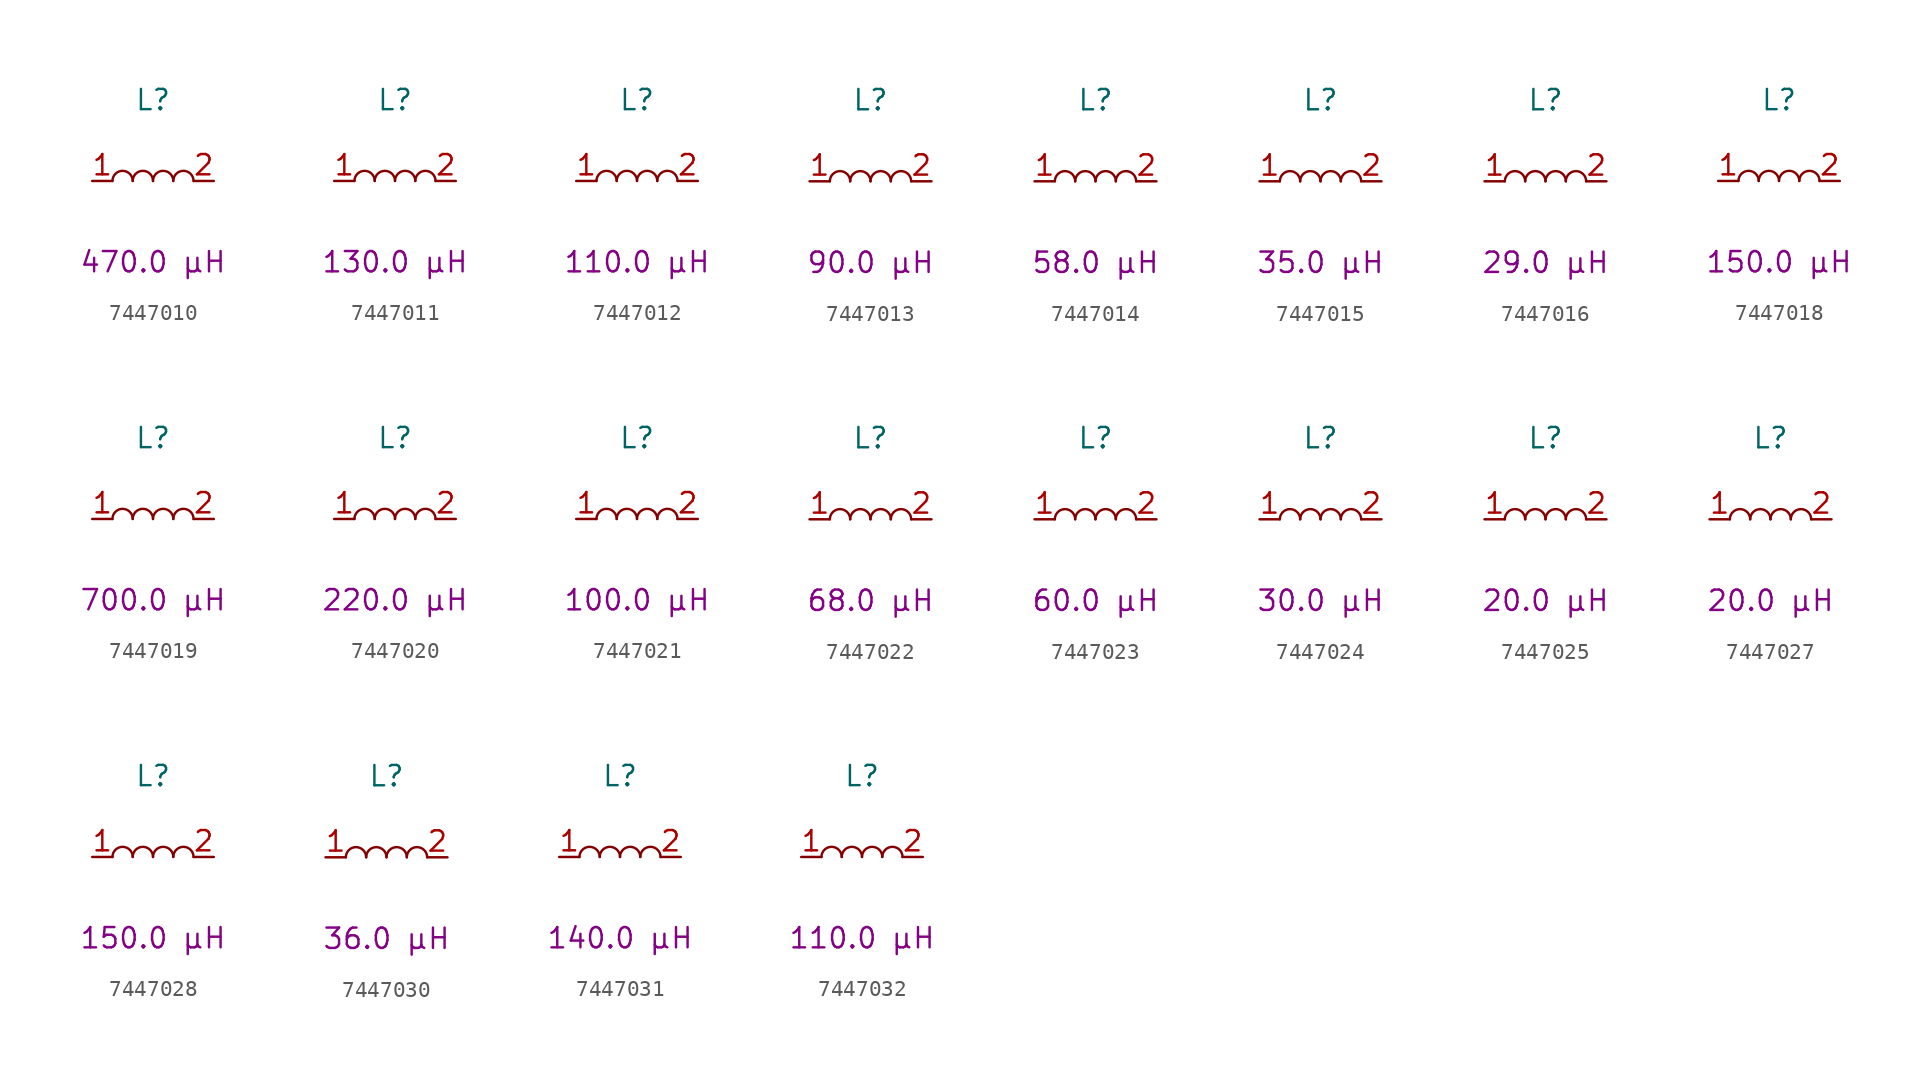
<source format=kicad_sym>
(kicad_symbol_lib
  (version 20220914)
  (generator kicad_symbol_editor)
  (symbol "7447010"
    (pin_names hide)
    (property "Reference" "L"
      (at 0 5.08 0)
      (effects (font (size 1.27 1.27))))
    (property "Critical Parameter" "470.0 µH"
      (at 0 -5.08 0)
      (effects (font (size 1.27 1.27))))
    (symbol "7447010_0_1"
      (arc (start -1.27 0) (mid -1.905 0.6323) (end -2.54 0) (stroke (width 0) (type default)) (fill (type none)))
      (arc (start 0 0) (mid -0.635 0.6323) (end -1.27 0) (stroke (width 0) (type default)) (fill (type none)))
      (arc (start 1.27 0) (mid 0.635 0.6323) (end 0 0) (stroke (width 0) (type default)) (fill (type none)))
      (arc (start 2.54 0) (mid 1.905 0.6323) (end 1.27 0) (stroke (width 0) (type default)) (fill (type none))))
    (symbol "7447010_1_1"
      (pin passive line (at -3.81 0 0) (length 1.27) (name "1" (effects (font (size 1.27 1.27)))) (number "1" (effects (font (size 1.27 1.27)))))
      (pin passive line (at 3.81 0 180) (length 1.27) (name "2" (effects (font (size 1.27 1.27)))) (number "2" (effects (font (size 1.27 1.27)))))))
  (symbol "7447011"
    (pin_names hide)
    (property "Reference" "L"
      (at 0 5.08 0)
      (effects (font (size 1.27 1.27))))
    (property "Critical Parameter" "130.0 µH"
      (at 0 -5.08 0)
      (effects (font (size 1.27 1.27))))
    (symbol "7447011_0_1"
      (arc (start -1.27 0) (mid -1.905 0.6323) (end -2.54 0) (stroke (width 0) (type default)) (fill (type none)))
      (arc (start 0 0) (mid -0.635 0.6323) (end -1.27 0) (stroke (width 0) (type default)) (fill (type none)))
      (arc (start 1.27 0) (mid 0.635 0.6323) (end 0 0) (stroke (width 0) (type default)) (fill (type none)))
      (arc (start 2.54 0) (mid 1.905 0.6323) (end 1.27 0) (stroke (width 0) (type default)) (fill (type none))))
    (symbol "7447011_1_1"
      (pin passive line (at -3.81 0 0) (length 1.27) (name "1" (effects (font (size 1.27 1.27)))) (number "1" (effects (font (size 1.27 1.27)))))
      (pin passive line (at 3.81 0 180) (length 1.27) (name "2" (effects (font (size 1.27 1.27)))) (number "2" (effects (font (size 1.27 1.27)))))))
  (symbol "7447012"
    (pin_names hide)
    (property "Reference" "L"
      (at 0 5.08 0)
      (effects (font (size 1.27 1.27))))
    (property "Critical Parameter" "110.0 µH"
      (at 0 -5.08 0)
      (effects (font (size 1.27 1.27))))
    (symbol "7447012_0_1"
      (arc (start -1.27 0) (mid -1.905 0.6323) (end -2.54 0) (stroke (width 0) (type default)) (fill (type none)))
      (arc (start 0 0) (mid -0.635 0.6323) (end -1.27 0) (stroke (width 0) (type default)) (fill (type none)))
      (arc (start 1.27 0) (mid 0.635 0.6323) (end 0 0) (stroke (width 0) (type default)) (fill (type none)))
      (arc (start 2.54 0) (mid 1.905 0.6323) (end 1.27 0) (stroke (width 0) (type default)) (fill (type none))))
    (symbol "7447012_1_1"
      (pin passive line (at -3.81 0 0) (length 1.27) (name "1" (effects (font (size 1.27 1.27)))) (number "1" (effects (font (size 1.27 1.27)))))
      (pin passive line (at 3.81 0 180) (length 1.27) (name "2" (effects (font (size 1.27 1.27)))) (number "2" (effects (font (size 1.27 1.27)))))))
  (symbol "7447013"
    (pin_names hide)
    (property "Reference" "L"
      (at 0 5.08 0)
      (effects (font (size 1.27 1.27))))
    (property "Critical Parameter" "90.0 µH"
      (at 0 -5.08 0)
      (effects (font (size 1.27 1.27))))
    (symbol "7447013_0_1"
      (arc (start -1.27 0) (mid -1.905 0.6323) (end -2.54 0) (stroke (width 0) (type default)) (fill (type none)))
      (arc (start 0 0) (mid -0.635 0.6323) (end -1.27 0) (stroke (width 0) (type default)) (fill (type none)))
      (arc (start 1.27 0) (mid 0.635 0.6323) (end 0 0) (stroke (width 0) (type default)) (fill (type none)))
      (arc (start 2.54 0) (mid 1.905 0.6323) (end 1.27 0) (stroke (width 0) (type default)) (fill (type none))))
    (symbol "7447013_1_1"
      (pin passive line (at -3.81 0 0) (length 1.27) (name "1" (effects (font (size 1.27 1.27)))) (number "1" (effects (font (size 1.27 1.27)))))
      (pin passive line (at 3.81 0 180) (length 1.27) (name "2" (effects (font (size 1.27 1.27)))) (number "2" (effects (font (size 1.27 1.27)))))))
  (symbol "7447014"
    (pin_names hide)
    (property "Reference" "L"
      (at 0 5.08 0)
      (effects (font (size 1.27 1.27))))
    (property "Critical Parameter" "58.0 µH"
      (at 0 -5.08 0)
      (effects (font (size 1.27 1.27))))
    (symbol "7447014_0_1"
      (arc (start -1.27 0) (mid -1.905 0.6323) (end -2.54 0) (stroke (width 0) (type default)) (fill (type none)))
      (arc (start 0 0) (mid -0.635 0.6323) (end -1.27 0) (stroke (width 0) (type default)) (fill (type none)))
      (arc (start 1.27 0) (mid 0.635 0.6323) (end 0 0) (stroke (width 0) (type default)) (fill (type none)))
      (arc (start 2.54 0) (mid 1.905 0.6323) (end 1.27 0) (stroke (width 0) (type default)) (fill (type none))))
    (symbol "7447014_1_1"
      (pin passive line (at -3.81 0 0) (length 1.27) (name "1" (effects (font (size 1.27 1.27)))) (number "1" (effects (font (size 1.27 1.27)))))
      (pin passive line (at 3.81 0 180) (length 1.27) (name "2" (effects (font (size 1.27 1.27)))) (number "2" (effects (font (size 1.27 1.27)))))))
  (symbol "7447015"
    (pin_names hide)
    (property "Reference" "L"
      (at 0 5.08 0)
      (effects (font (size 1.27 1.27))))
    (property "Critical Parameter" "35.0 µH"
      (at 0 -5.08 0)
      (effects (font (size 1.27 1.27))))
    (symbol "7447015_0_1"
      (arc (start -1.27 0) (mid -1.905 0.6323) (end -2.54 0) (stroke (width 0) (type default)) (fill (type none)))
      (arc (start 0 0) (mid -0.635 0.6323) (end -1.27 0) (stroke (width 0) (type default)) (fill (type none)))
      (arc (start 1.27 0) (mid 0.635 0.6323) (end 0 0) (stroke (width 0) (type default)) (fill (type none)))
      (arc (start 2.54 0) (mid 1.905 0.6323) (end 1.27 0) (stroke (width 0) (type default)) (fill (type none))))
    (symbol "7447015_1_1"
      (pin passive line (at -3.81 0 0) (length 1.27) (name "1" (effects (font (size 1.27 1.27)))) (number "1" (effects (font (size 1.27 1.27)))))
      (pin passive line (at 3.81 0 180) (length 1.27) (name "2" (effects (font (size 1.27 1.27)))) (number "2" (effects (font (size 1.27 1.27)))))))
  (symbol "7447016"
    (pin_names hide)
    (property "Reference" "L"
      (at 0 5.08 0)
      (effects (font (size 1.27 1.27))))
    (property "Critical Parameter" "29.0 µH"
      (at 0 -5.08 0)
      (effects (font (size 1.27 1.27))))
    (symbol "7447016_0_1"
      (arc (start -1.27 0) (mid -1.905 0.6323) (end -2.54 0) (stroke (width 0) (type default)) (fill (type none)))
      (arc (start 0 0) (mid -0.635 0.6323) (end -1.27 0) (stroke (width 0) (type default)) (fill (type none)))
      (arc (start 1.27 0) (mid 0.635 0.6323) (end 0 0) (stroke (width 0) (type default)) (fill (type none)))
      (arc (start 2.54 0) (mid 1.905 0.6323) (end 1.27 0) (stroke (width 0) (type default)) (fill (type none))))
    (symbol "7447016_1_1"
      (pin passive line (at -3.81 0 0) (length 1.27) (name "1" (effects (font (size 1.27 1.27)))) (number "1" (effects (font (size 1.27 1.27)))))
      (pin passive line (at 3.81 0 180) (length 1.27) (name "2" (effects (font (size 1.27 1.27)))) (number "2" (effects (font (size 1.27 1.27)))))))
  (symbol "7447018"
    (pin_names hide)
    (property "Reference" "L"
      (at 0 5.08 0)
      (effects (font (size 1.27 1.27))))
    (property "Critical Parameter" "150.0 µH"
      (at 0 -5.08 0)
      (effects (font (size 1.27 1.27))))
    (symbol "7447018_0_1"
      (arc (start -1.27 0) (mid -1.905 0.6323) (end -2.54 0) (stroke (width 0) (type default)) (fill (type none)))
      (arc (start 0 0) (mid -0.635 0.6323) (end -1.27 0) (stroke (width 0) (type default)) (fill (type none)))
      (arc (start 1.27 0) (mid 0.635 0.6323) (end 0 0) (stroke (width 0) (type default)) (fill (type none)))
      (arc (start 2.54 0) (mid 1.905 0.6323) (end 1.27 0) (stroke (width 0) (type default)) (fill (type none))))
    (symbol "7447018_1_1"
      (pin passive line (at -3.81 0 0) (length 1.27) (name "1" (effects (font (size 1.27 1.27)))) (number "1" (effects (font (size 1.27 1.27)))))
      (pin passive line (at 3.81 0 180) (length 1.27) (name "2" (effects (font (size 1.27 1.27)))) (number "2" (effects (font (size 1.27 1.27)))))))
  (symbol "7447019"
    (pin_names hide)
    (property "Reference" "L"
      (at 0 5.08 0)
      (effects (font (size 1.27 1.27))))
    (property "Critical Parameter" "700.0 µH"
      (at 0 -5.08 0)
      (effects (font (size 1.27 1.27))))
    (symbol "7447019_0_1"
      (arc (start -1.27 0) (mid -1.905 0.6323) (end -2.54 0) (stroke (width 0) (type default)) (fill (type none)))
      (arc (start 0 0) (mid -0.635 0.6323) (end -1.27 0) (stroke (width 0) (type default)) (fill (type none)))
      (arc (start 1.27 0) (mid 0.635 0.6323) (end 0 0) (stroke (width 0) (type default)) (fill (type none)))
      (arc (start 2.54 0) (mid 1.905 0.6323) (end 1.27 0) (stroke (width 0) (type default)) (fill (type none))))
    (symbol "7447019_1_1"
      (pin passive line (at -3.81 0 0) (length 1.27) (name "1" (effects (font (size 1.27 1.27)))) (number "1" (effects (font (size 1.27 1.27)))))
      (pin passive line (at 3.81 0 180) (length 1.27) (name "2" (effects (font (size 1.27 1.27)))) (number "2" (effects (font (size 1.27 1.27)))))))
  (symbol "7447020"
    (pin_names hide)
    (property "Reference" "L"
      (at 0 5.08 0)
      (effects (font (size 1.27 1.27))))
    (property "Critical Parameter" "220.0 µH"
      (at 0 -5.08 0)
      (effects (font (size 1.27 1.27))))
    (symbol "7447020_0_1"
      (arc (start -1.27 0) (mid -1.905 0.6323) (end -2.54 0) (stroke (width 0) (type default)) (fill (type none)))
      (arc (start 0 0) (mid -0.635 0.6323) (end -1.27 0) (stroke (width 0) (type default)) (fill (type none)))
      (arc (start 1.27 0) (mid 0.635 0.6323) (end 0 0) (stroke (width 0) (type default)) (fill (type none)))
      (arc (start 2.54 0) (mid 1.905 0.6323) (end 1.27 0) (stroke (width 0) (type default)) (fill (type none))))
    (symbol "7447020_1_1"
      (pin passive line (at -3.81 0 0) (length 1.27) (name "1" (effects (font (size 1.27 1.27)))) (number "1" (effects (font (size 1.27 1.27)))))
      (pin passive line (at 3.81 0 180) (length 1.27) (name "2" (effects (font (size 1.27 1.27)))) (number "2" (effects (font (size 1.27 1.27)))))))
  (symbol "7447021"
    (pin_names hide)
    (property "Reference" "L"
      (at 0 5.08 0)
      (effects (font (size 1.27 1.27))))
    (property "Critical Parameter" "100.0 µH"
      (at 0 -5.08 0)
      (effects (font (size 1.27 1.27))))
    (symbol "7447021_0_1"
      (arc (start -1.27 0) (mid -1.905 0.6323) (end -2.54 0) (stroke (width 0) (type default)) (fill (type none)))
      (arc (start 0 0) (mid -0.635 0.6323) (end -1.27 0) (stroke (width 0) (type default)) (fill (type none)))
      (arc (start 1.27 0) (mid 0.635 0.6323) (end 0 0) (stroke (width 0) (type default)) (fill (type none)))
      (arc (start 2.54 0) (mid 1.905 0.6323) (end 1.27 0) (stroke (width 0) (type default)) (fill (type none))))
    (symbol "7447021_1_1"
      (pin passive line (at -3.81 0 0) (length 1.27) (name "1" (effects (font (size 1.27 1.27)))) (number "1" (effects (font (size 1.27 1.27)))))
      (pin passive line (at 3.81 0 180) (length 1.27) (name "2" (effects (font (size 1.27 1.27)))) (number "2" (effects (font (size 1.27 1.27)))))))
  (symbol "7447022"
    (pin_names hide)
    (property "Reference" "L"
      (at 0 5.08 0)
      (effects (font (size 1.27 1.27))))
    (property "Critical Parameter" "68.0 µH"
      (at 0 -5.08 0)
      (effects (font (size 1.27 1.27))))
    (symbol "7447022_0_1"
      (arc (start -1.27 0) (mid -1.905 0.6323) (end -2.54 0) (stroke (width 0) (type default)) (fill (type none)))
      (arc (start 0 0) (mid -0.635 0.6323) (end -1.27 0) (stroke (width 0) (type default)) (fill (type none)))
      (arc (start 1.27 0) (mid 0.635 0.6323) (end 0 0) (stroke (width 0) (type default)) (fill (type none)))
      (arc (start 2.54 0) (mid 1.905 0.6323) (end 1.27 0) (stroke (width 0) (type default)) (fill (type none))))
    (symbol "7447022_1_1"
      (pin passive line (at -3.81 0 0) (length 1.27) (name "1" (effects (font (size 1.27 1.27)))) (number "1" (effects (font (size 1.27 1.27)))))
      (pin passive line (at 3.81 0 180) (length 1.27) (name "2" (effects (font (size 1.27 1.27)))) (number "2" (effects (font (size 1.27 1.27)))))))
  (symbol "7447023"
    (pin_names hide)
    (property "Reference" "L"
      (at 0 5.08 0)
      (effects (font (size 1.27 1.27))))
    (property "Critical Parameter" "60.0 µH"
      (at 0 -5.08 0)
      (effects (font (size 1.27 1.27))))
    (symbol "7447023_0_1"
      (arc (start -1.27 0) (mid -1.905 0.6323) (end -2.54 0) (stroke (width 0) (type default)) (fill (type none)))
      (arc (start 0 0) (mid -0.635 0.6323) (end -1.27 0) (stroke (width 0) (type default)) (fill (type none)))
      (arc (start 1.27 0) (mid 0.635 0.6323) (end 0 0) (stroke (width 0) (type default)) (fill (type none)))
      (arc (start 2.54 0) (mid 1.905 0.6323) (end 1.27 0) (stroke (width 0) (type default)) (fill (type none))))
    (symbol "7447023_1_1"
      (pin passive line (at -3.81 0 0) (length 1.27) (name "1" (effects (font (size 1.27 1.27)))) (number "1" (effects (font (size 1.27 1.27)))))
      (pin passive line (at 3.81 0 180) (length 1.27) (name "2" (effects (font (size 1.27 1.27)))) (number "2" (effects (font (size 1.27 1.27)))))))
  (symbol "7447024"
    (pin_names hide)
    (property "Reference" "L"
      (at 0 5.08 0)
      (effects (font (size 1.27 1.27))))
    (property "Critical Parameter" "30.0 µH"
      (at 0 -5.08 0)
      (effects (font (size 1.27 1.27))))
    (symbol "7447024_0_1"
      (arc (start -1.27 0) (mid -1.905 0.6323) (end -2.54 0) (stroke (width 0) (type default)) (fill (type none)))
      (arc (start 0 0) (mid -0.635 0.6323) (end -1.27 0) (stroke (width 0) (type default)) (fill (type none)))
      (arc (start 1.27 0) (mid 0.635 0.6323) (end 0 0) (stroke (width 0) (type default)) (fill (type none)))
      (arc (start 2.54 0) (mid 1.905 0.6323) (end 1.27 0) (stroke (width 0) (type default)) (fill (type none))))
    (symbol "7447024_1_1"
      (pin passive line (at -3.81 0 0) (length 1.27) (name "1" (effects (font (size 1.27 1.27)))) (number "1" (effects (font (size 1.27 1.27)))))
      (pin passive line (at 3.81 0 180) (length 1.27) (name "2" (effects (font (size 1.27 1.27)))) (number "2" (effects (font (size 1.27 1.27)))))))
  (symbol "7447025"
    (pin_names hide)
    (property "Reference" "L"
      (at 0 5.08 0)
      (effects (font (size 1.27 1.27))))
    (property "Critical Parameter" "20.0 µH"
      (at 0 -5.08 0)
      (effects (font (size 1.27 1.27))))
    (symbol "7447025_0_1"
      (arc (start -1.27 0) (mid -1.905 0.6323) (end -2.54 0) (stroke (width 0) (type default)) (fill (type none)))
      (arc (start 0 0) (mid -0.635 0.6323) (end -1.27 0) (stroke (width 0) (type default)) (fill (type none)))
      (arc (start 1.27 0) (mid 0.635 0.6323) (end 0 0) (stroke (width 0) (type default)) (fill (type none)))
      (arc (start 2.54 0) (mid 1.905 0.6323) (end 1.27 0) (stroke (width 0) (type default)) (fill (type none))))
    (symbol "7447025_1_1"
      (pin passive line (at -3.81 0 0) (length 1.27) (name "1" (effects (font (size 1.27 1.27)))) (number "1" (effects (font (size 1.27 1.27)))))
      (pin passive line (at 3.81 0 180) (length 1.27) (name "2" (effects (font (size 1.27 1.27)))) (number "2" (effects (font (size 1.27 1.27)))))))
  (symbol "7447027"
    (pin_names hide)
    (property "Reference" "L"
      (at 0 5.08 0)
      (effects (font (size 1.27 1.27))))
    (property "Critical Parameter" "20.0 µH"
      (at 0 -5.08 0)
      (effects (font (size 1.27 1.27))))
    (symbol "7447027_0_1"
      (arc (start -1.27 0) (mid -1.905 0.6323) (end -2.54 0) (stroke (width 0) (type default)) (fill (type none)))
      (arc (start 0 0) (mid -0.635 0.6323) (end -1.27 0) (stroke (width 0) (type default)) (fill (type none)))
      (arc (start 1.27 0) (mid 0.635 0.6323) (end 0 0) (stroke (width 0) (type default)) (fill (type none)))
      (arc (start 2.54 0) (mid 1.905 0.6323) (end 1.27 0) (stroke (width 0) (type default)) (fill (type none))))
    (symbol "7447027_1_1"
      (pin passive line (at -3.81 0 0) (length 1.27) (name "1" (effects (font (size 1.27 1.27)))) (number "1" (effects (font (size 1.27 1.27)))))
      (pin passive line (at 3.81 0 180) (length 1.27) (name "2" (effects (font (size 1.27 1.27)))) (number "2" (effects (font (size 1.27 1.27)))))))
  (symbol "7447028"
    (pin_names hide)
    (property "Reference" "L"
      (at 0 5.08 0)
      (effects (font (size 1.27 1.27))))
    (property "Critical Parameter" "150.0 µH"
      (at 0 -5.08 0)
      (effects (font (size 1.27 1.27))))
    (symbol "7447028_0_1"
      (arc (start -1.27 0) (mid -1.905 0.6323) (end -2.54 0) (stroke (width 0) (type default)) (fill (type none)))
      (arc (start 0 0) (mid -0.635 0.6323) (end -1.27 0) (stroke (width 0) (type default)) (fill (type none)))
      (arc (start 1.27 0) (mid 0.635 0.6323) (end 0 0) (stroke (width 0) (type default)) (fill (type none)))
      (arc (start 2.54 0) (mid 1.905 0.6323) (end 1.27 0) (stroke (width 0) (type default)) (fill (type none))))
    (symbol "7447028_1_1"
      (pin passive line (at -3.81 0 0) (length 1.27) (name "1" (effects (font (size 1.27 1.27)))) (number "1" (effects (font (size 1.27 1.27)))))
      (pin passive line (at 3.81 0 180) (length 1.27) (name "2" (effects (font (size 1.27 1.27)))) (number "2" (effects (font (size 1.27 1.27)))))))
  (symbol "7447030"
    (pin_names hide)
    (property "Reference" "L"
      (at 0 5.08 0)
      (effects (font (size 1.27 1.27))))
    (property "Critical Parameter" "36.0 µH"
      (at 0 -5.08 0)
      (effects (font (size 1.27 1.27))))
    (symbol "7447030_0_1"
      (arc (start -1.27 0) (mid -1.905 0.6323) (end -2.54 0) (stroke (width 0) (type default)) (fill (type none)))
      (arc (start 0 0) (mid -0.635 0.6323) (end -1.27 0) (stroke (width 0) (type default)) (fill (type none)))
      (arc (start 1.27 0) (mid 0.635 0.6323) (end 0 0) (stroke (width 0) (type default)) (fill (type none)))
      (arc (start 2.54 0) (mid 1.905 0.6323) (end 1.27 0) (stroke (width 0) (type default)) (fill (type none))))
    (symbol "7447030_1_1"
      (pin passive line (at -3.81 0 0) (length 1.27) (name "1" (effects (font (size 1.27 1.27)))) (number "1" (effects (font (size 1.27 1.27)))))
      (pin passive line (at 3.81 0 180) (length 1.27) (name "2" (effects (font (size 1.27 1.27)))) (number "2" (effects (font (size 1.27 1.27)))))))
  (symbol "7447031"
    (pin_names hide)
    (property "Reference" "L"
      (at 0 5.08 0)
      (effects (font (size 1.27 1.27))))
    (property "Critical Parameter" "140.0 µH"
      (at 0 -5.08 0)
      (effects (font (size 1.27 1.27))))
    (symbol "7447031_0_1"
      (arc (start -1.27 0) (mid -1.905 0.6323) (end -2.54 0) (stroke (width 0) (type default)) (fill (type none)))
      (arc (start 0 0) (mid -0.635 0.6323) (end -1.27 0) (stroke (width 0) (type default)) (fill (type none)))
      (arc (start 1.27 0) (mid 0.635 0.6323) (end 0 0) (stroke (width 0) (type default)) (fill (type none)))
      (arc (start 2.54 0) (mid 1.905 0.6323) (end 1.27 0) (stroke (width 0) (type default)) (fill (type none))))
    (symbol "7447031_1_1"
      (pin passive line (at -3.81 0 0) (length 1.27) (name "1" (effects (font (size 1.27 1.27)))) (number "1" (effects (font (size 1.27 1.27)))))
      (pin passive line (at 3.81 0 180) (length 1.27) (name "2" (effects (font (size 1.27 1.27)))) (number "2" (effects (font (size 1.27 1.27)))))))
  (symbol "7447032"
    (pin_names hide)
    (property "Reference" "L"
      (at 0 5.08 0)
      (effects (font (size 1.27 1.27))))
    (property "Critical Parameter" "110.0 µH"
      (at 0 -5.08 0)
      (effects (font (size 1.27 1.27))))
    (symbol "7447032_0_1"
      (arc (start -1.27 0) (mid -1.905 0.6323) (end -2.54 0) (stroke (width 0) (type default)) (fill (type none)))
      (arc (start 0 0) (mid -0.635 0.6323) (end -1.27 0) (stroke (width 0) (type default)) (fill (type none)))
      (arc (start 1.27 0) (mid 0.635 0.6323) (end 0 0) (stroke (width 0) (type default)) (fill (type none)))
      (arc (start 2.54 0) (mid 1.905 0.6323) (end 1.27 0) (stroke (width 0) (type default)) (fill (type none))))
    (symbol "7447032_1_1"
      (pin passive line (at -3.81 0 0) (length 1.27) (name "1" (effects (font (size 1.27 1.27)))) (number "1" (effects (font (size 1.27 1.27)))))
      (pin passive line (at 3.81 0 180) (length 1.27) (name "2" (effects (font (size 1.27 1.27)))) (number "2" (effects (font (size 1.27 1.27))))))))
</source>
